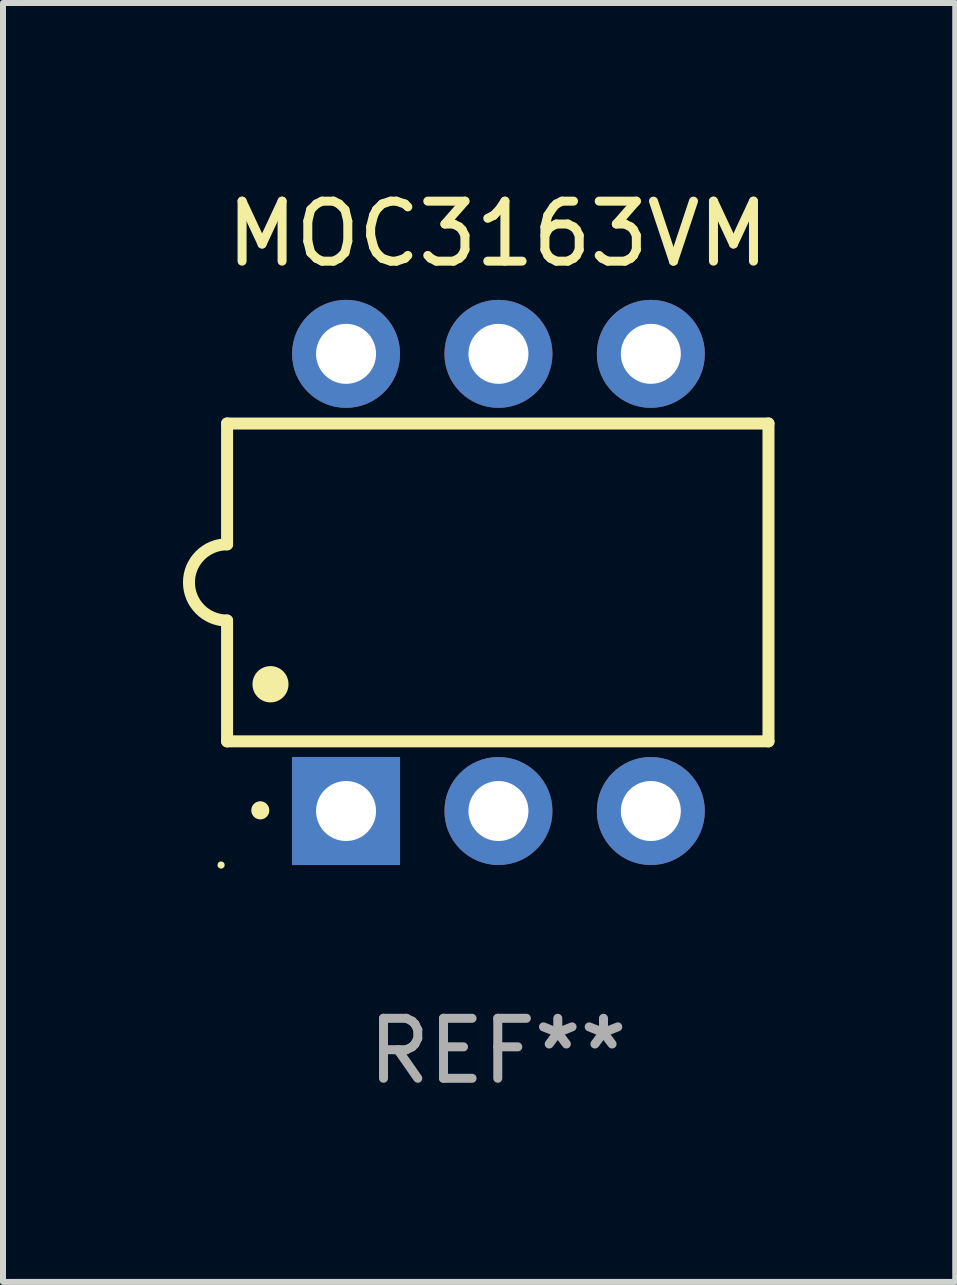
<source format=kicad_pcb>
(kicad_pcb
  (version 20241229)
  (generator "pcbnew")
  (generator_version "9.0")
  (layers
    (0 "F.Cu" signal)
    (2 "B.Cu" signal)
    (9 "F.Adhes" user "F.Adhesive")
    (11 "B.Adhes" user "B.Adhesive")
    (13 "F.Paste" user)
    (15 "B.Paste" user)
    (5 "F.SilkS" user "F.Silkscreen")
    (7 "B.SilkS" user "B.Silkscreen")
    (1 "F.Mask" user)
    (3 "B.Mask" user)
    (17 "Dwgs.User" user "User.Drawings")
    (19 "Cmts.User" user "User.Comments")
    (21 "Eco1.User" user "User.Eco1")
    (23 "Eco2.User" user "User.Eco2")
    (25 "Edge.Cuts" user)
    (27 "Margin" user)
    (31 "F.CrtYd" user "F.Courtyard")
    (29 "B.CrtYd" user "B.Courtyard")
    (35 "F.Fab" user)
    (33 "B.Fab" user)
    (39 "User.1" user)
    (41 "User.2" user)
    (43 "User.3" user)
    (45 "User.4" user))
  (footprint "MOC3163VM"
    (layer "F.Cu")
    (at 5.247 6.658)
    (property "Reference" "MOC3163VM" (at 0 -5.81 0) (layer "F.SilkS") (effects (font (size 1 1) (thickness 0.15))))
    (attr through_hole)
    (fp_line (start -4.512 -2.649) (end 4.512 -2.649) (stroke (width 0.2) (type solid)) (layer "F.SilkS"))
    (fp_line (start -4.512 -0.635) (end -4.512 -2.649) (stroke (width 0.2) (type solid)) (layer "F.SilkS"))
    (fp_line (start -4.512 2.649) (end -4.512 0.635) (stroke (width 0.2) (type solid)) (layer "F.SilkS"))
    (fp_line (start 4.512 -2.649) (end 4.512 2.649) (stroke (width 0.2) (type solid)) (layer "F.SilkS"))
    (fp_line (start 4.512 2.649) (end -4.512 2.649) (stroke (width 0.2) (type solid)) (layer "F.SilkS"))
    (fp_arc (start -4.512319 0.635001) (mid -5.14732 0) (end -4.512319 -0.635001) (stroke (width 0.2) (type solid)) (layer "F.SilkS"))
    (fp_arc (start -3.958598 3.799848) (mid -3.958603 3.798578) (end -3.958598 3.797308) (stroke (width 0.3) (type solid)) (layer "F.SilkS"))
    (fp_arc (start -3.788418 1.699263) (mid -3.788429 1.696723) (end -3.788418 1.694183) (stroke (width 0.6) (type solid)) (layer "F.SilkS"))
    (fp_circle (center -4.612 4.71) (end -4.582 4.71) (stroke (width 0.06) (type solid)) (fill no) (layer "F.SilkS"))
    (fp_text user "REF**" (at 0 7.81 0) (layer "F.Fab") (effects (font (size 1 1) (thickness 0.15))))
    (pad "1" thru_hole rect (at -2.529 3.81 90) (size 1.8 1.8) (drill 1) (layers "*.Cu" "*.Mask"))
    (pad "2" thru_hole circle (at 0.011 3.81) (size 1.8 1.8) (drill 1) (layers "*.Cu" "*.Mask"))
    (pad "3" thru_hole circle (at 2.551 3.81) (size 1.8 1.8) (drill 1) (layers "*.Cu" "*.Mask"))
    (pad "4" thru_hole circle (at 2.551 -3.81) (size 1.8 1.8) (drill 1) (layers "*.Cu" "*.Mask"))
    (pad "5" thru_hole circle (at 0.011 -3.81) (size 1.8 1.8) (drill 1) (layers "*.Cu" "*.Mask"))
    (pad "6" thru_hole circle (at -2.529 -3.81) (size 1.8 1.8) (drill 1) (layers "*.Cu" "*.Mask")))
  (gr_rect
    (start -3 -3)
    (end 12.872 18.317)
    (stroke (width 0.1) (type default))
    (fill no)
    (layer "Edge.Cuts")))
</source>
